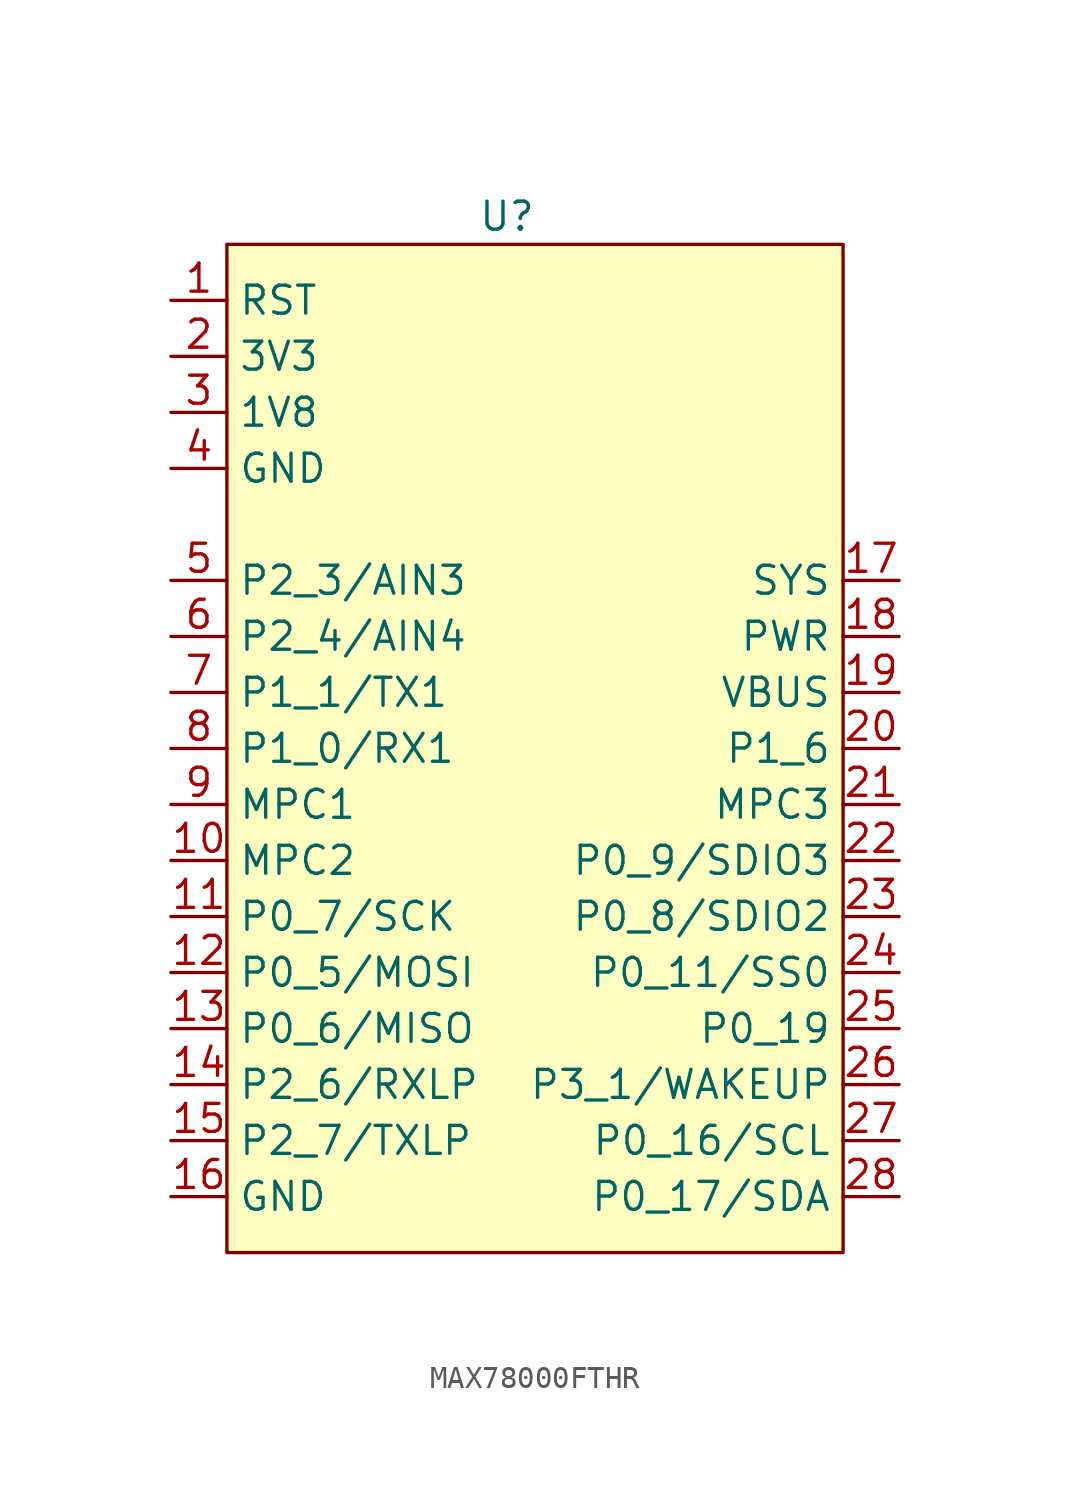
<source format=kicad_sym>
(kicad_symbol_lib
  (version 20220914)
  (generator kicad_symbol_editor)
  (symbol "MAX78000FTHR"
    (property "Reference" "U"
      (at 0 24.13 0)
      (effects (font (size 1.27 1.27))))
    (property "Value" ""
      (at 0 0 0)
      (effects (font (size 1.27 1.27))))
    (symbol "MAX78000FTHR_1_1"
      (rectangle (start -12.7 22.86) (end 15.24 -22.86) (stroke (width 0) (type default)) (fill (type background)))
      (pin input line (at -15.24 20.32 0) (length 2.54) (name "RST" (effects (font (size 1.27 1.27)))) (number "1" (effects (font (size 1.27 1.27)))))
      (pin bidirectional line (at -15.24 -5.08 0) (length 2.54) (name "MPC2" (effects (font (size 1.27 1.27)))) (number "10" (effects (font (size 1.27 1.27)))))
      (pin bidirectional line (at -15.24 -7.62 0) (length 2.54) (name "P0_7/SCK" (effects (font (size 1.27 1.27)))) (number "11" (effects (font (size 1.27 1.27)))))
      (pin bidirectional line (at -15.24 -10.16 0) (length 2.54) (name "P0_5/MOSI" (effects (font (size 1.27 1.27)))) (number "12" (effects (font (size 1.27 1.27)))))
      (pin bidirectional line (at -15.24 -12.7 0) (length 2.54) (name "P0_6/MISO" (effects (font (size 1.27 1.27)))) (number "13" (effects (font (size 1.27 1.27)))))
      (pin bidirectional line (at -15.24 -15.24 0) (length 2.54) (name "P2_6/RXLP" (effects (font (size 1.27 1.27)))) (number "14" (effects (font (size 1.27 1.27)))))
      (pin bidirectional line (at -15.24 -17.78 0) (length 2.54) (name "P2_7/TXLP" (effects (font (size 1.27 1.27)))) (number "15" (effects (font (size 1.27 1.27)))))
      (pin power_out line (at -15.24 -20.32 0) (length 2.54) (name "GND" (effects (font (size 1.27 1.27)))) (number "16" (effects (font (size 1.27 1.27)))))
      (pin power_out line (at 17.78 7.62 180) (length 2.54) (name "SYS" (effects (font (size 1.27 1.27)))) (number "17" (effects (font (size 1.27 1.27)))))
      (pin input line (at 17.78 5.08 180) (length 2.54) (name "PWR" (effects (font (size 1.27 1.27)))) (number "18" (effects (font (size 1.27 1.27)))))
      (pin power_out line (at 17.78 2.54 180) (length 2.54) (name "VBUS" (effects (font (size 1.27 1.27)))) (number "19" (effects (font (size 1.27 1.27)))))
      (pin power_out line (at -15.24 17.78 0) (length 2.54) (name "3V3" (effects (font (size 1.27 1.27)))) (number "2" (effects (font (size 1.27 1.27)))))
      (pin bidirectional line (at 17.78 0 180) (length 2.54) (name "P1_6" (effects (font (size 1.27 1.27)))) (number "20" (effects (font (size 1.27 1.27)))))
      (pin bidirectional line (at 17.78 -2.54 180) (length 2.54) (name "MPC3" (effects (font (size 1.27 1.27)))) (number "21" (effects (font (size 1.27 1.27)))))
      (pin bidirectional line (at 17.78 -5.08 180) (length 2.54) (name "P0_9/SDIO3" (effects (font (size 1.27 1.27)))) (number "22" (effects (font (size 1.27 1.27)))))
      (pin bidirectional line (at 17.78 -7.62 180) (length 2.54) (name "P0_8/SDIO2" (effects (font (size 1.27 1.27)))) (number "23" (effects (font (size 1.27 1.27)))))
      (pin bidirectional line (at 17.78 -10.16 180) (length 2.54) (name "P0_11/SS0" (effects (font (size 1.27 1.27)))) (number "24" (effects (font (size 1.27 1.27)))))
      (pin bidirectional line (at 17.78 -12.7 180) (length 2.54) (name "P0_19" (effects (font (size 1.27 1.27)))) (number "25" (effects (font (size 1.27 1.27)))))
      (pin bidirectional line (at 17.78 -15.24 180) (length 2.54) (name "P3_1/WAKEUP" (effects (font (size 1.27 1.27)))) (number "26" (effects (font (size 1.27 1.27)))))
      (pin bidirectional line (at 17.78 -17.78 180) (length 2.54) (name "P0_16/SCL" (effects (font (size 1.27 1.27)))) (number "27" (effects (font (size 1.27 1.27)))))
      (pin bidirectional line (at 17.78 -20.32 180) (length 2.54) (name "P0_17/SDA" (effects (font (size 1.27 1.27)))) (number "28" (effects (font (size 1.27 1.27)))))
      (pin power_out line (at -15.24 15.24 0) (length 2.54) (name "1V8" (effects (font (size 1.27 1.27)))) (number "3" (effects (font (size 1.27 1.27)))))
      (pin power_out line (at -15.24 12.7 0) (length 2.54) (name "GND" (effects (font (size 1.27 1.27)))) (number "4" (effects (font (size 1.27 1.27)))))
      (pin bidirectional line (at -15.24 7.62 0) (length 2.54) (name "P2_3/AIN3" (effects (font (size 1.27 1.27)))) (number "5" (effects (font (size 1.27 1.27)))))
      (pin bidirectional line (at -15.24 5.08 0) (length 2.54) (name "P2_4/AIN4" (effects (font (size 1.27 1.27)))) (number "6" (effects (font (size 1.27 1.27)))))
      (pin bidirectional line (at -15.24 2.54 0) (length 2.54) (name "P1_1/TX1" (effects (font (size 1.27 1.27)))) (number "7" (effects (font (size 1.27 1.27)))))
      (pin bidirectional line (at -15.24 0 0) (length 2.54) (name "P1_0/RX1" (effects (font (size 1.27 1.27)))) (number "8" (effects (font (size 1.27 1.27)))))
      (pin bidirectional line (at -15.24 -2.54 0) (length 2.54) (name "MPC1" (effects (font (size 1.27 1.27)))) (number "9" (effects (font (size 1.27 1.27))))))))
</source>
